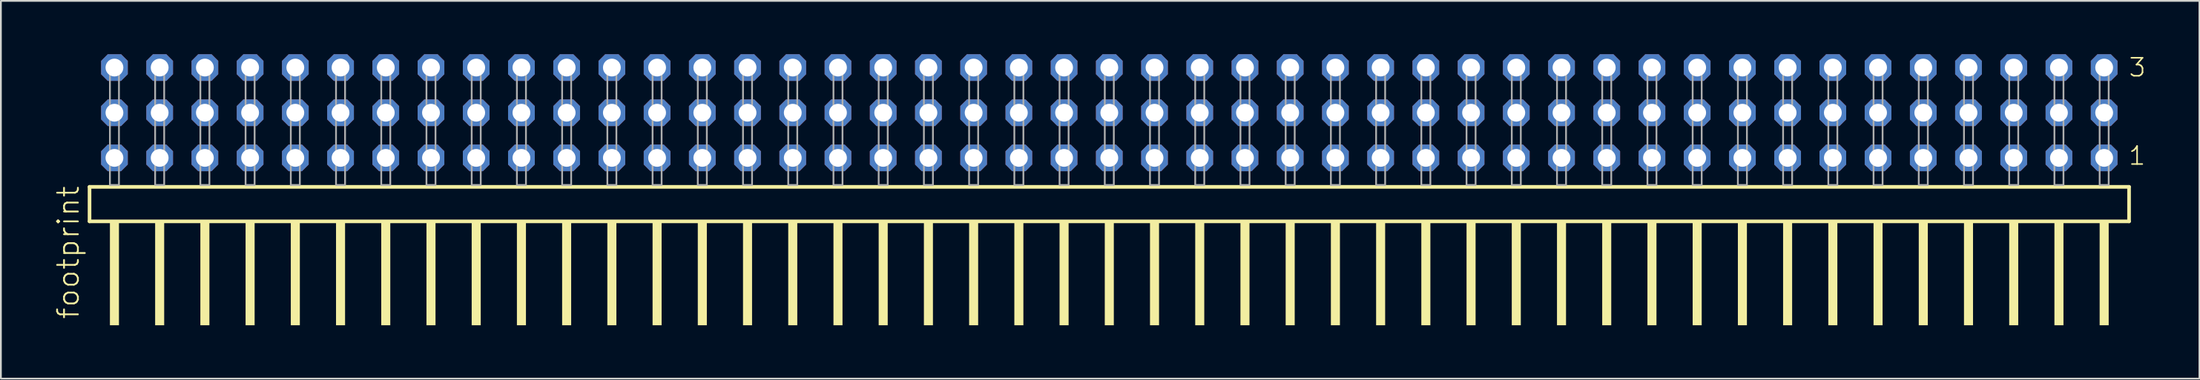
<source format=kicad_pcb>
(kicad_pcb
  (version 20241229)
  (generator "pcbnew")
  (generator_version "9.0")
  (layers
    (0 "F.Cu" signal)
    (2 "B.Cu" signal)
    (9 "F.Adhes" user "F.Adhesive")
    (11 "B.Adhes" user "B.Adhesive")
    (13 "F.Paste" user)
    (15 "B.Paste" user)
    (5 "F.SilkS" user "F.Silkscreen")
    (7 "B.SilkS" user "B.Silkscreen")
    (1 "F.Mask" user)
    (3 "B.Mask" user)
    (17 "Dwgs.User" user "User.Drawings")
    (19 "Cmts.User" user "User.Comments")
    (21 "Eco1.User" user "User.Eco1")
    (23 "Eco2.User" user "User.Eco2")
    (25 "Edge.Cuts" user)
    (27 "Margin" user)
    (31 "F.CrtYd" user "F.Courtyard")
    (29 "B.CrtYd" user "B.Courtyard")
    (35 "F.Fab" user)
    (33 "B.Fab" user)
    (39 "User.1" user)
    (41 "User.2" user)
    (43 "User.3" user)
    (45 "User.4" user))
  (footprint "footprint"
    (layer "F.Cu")
    (at 59.258 7.354)
    (property "Reference" "footprint" (at -57.785 7.62 90) (layer "F.SilkS") (effects (font (size 1.168 1.168) (thickness 0.102)) (justify left bottom)))
    (fp_line (start -57.279 0.106) (end -57.279 2.046) (stroke (width 0.203) (type solid)) (layer "F.SilkS"))
    (fp_line (start -57.279 2.046) (end 57.279 2.046) (stroke (width 0.203) (type solid)) (layer "F.SilkS"))
    (fp_line (start 57.279 0.106) (end -57.279 0.106) (stroke (width 0.203) (type solid)) (layer "F.SilkS"))
    (fp_line (start 57.279 2.046) (end 57.279 0.106) (stroke (width 0.203) (type solid)) (layer "F.SilkS"))
    (fp_poly (pts (xy -56.134 7.89) (xy -55.626 7.89) (xy -55.626 2.04) (xy -56.134 2.04)) (stroke (width 0) (type solid)) (fill yes) (layer "F.SilkS"))
    (fp_poly (pts (xy -53.594 7.89) (xy -53.086 7.89) (xy -53.086 2.04) (xy -53.594 2.04)) (stroke (width 0) (type solid)) (fill yes) (layer "F.SilkS"))
    (fp_poly (pts (xy -51.054 7.89) (xy -50.546 7.89) (xy -50.546 2.04) (xy -51.054 2.04)) (stroke (width 0) (type solid)) (fill yes) (layer "F.SilkS"))
    (fp_poly (pts (xy -48.514 7.89) (xy -48.006 7.89) (xy -48.006 2.04) (xy -48.514 2.04)) (stroke (width 0) (type solid)) (fill yes) (layer "F.SilkS"))
    (fp_poly (pts (xy -45.974 7.89) (xy -45.466 7.89) (xy -45.466 2.04) (xy -45.974 2.04)) (stroke (width 0) (type solid)) (fill yes) (layer "F.SilkS"))
    (fp_poly (pts (xy -43.434 7.89) (xy -42.926 7.89) (xy -42.926 2.04) (xy -43.434 2.04)) (stroke (width 0) (type solid)) (fill yes) (layer "F.SilkS"))
    (fp_poly (pts (xy -40.894 7.89) (xy -40.386 7.89) (xy -40.386 2.04) (xy -40.894 2.04)) (stroke (width 0) (type solid)) (fill yes) (layer "F.SilkS"))
    (fp_poly (pts (xy -38.354 7.89) (xy -37.846 7.89) (xy -37.846 2.04) (xy -38.354 2.04)) (stroke (width 0) (type solid)) (fill yes) (layer "F.SilkS"))
    (fp_poly (pts (xy -35.814 7.89) (xy -35.306 7.89) (xy -35.306 2.04) (xy -35.814 2.04)) (stroke (width 0) (type solid)) (fill yes) (layer "F.SilkS"))
    (fp_poly (pts (xy -33.274 7.89) (xy -32.766 7.89) (xy -32.766 2.04) (xy -33.274 2.04)) (stroke (width 0) (type solid)) (fill yes) (layer "F.SilkS"))
    (fp_poly (pts (xy -30.734 7.89) (xy -30.226 7.89) (xy -30.226 2.04) (xy -30.734 2.04)) (stroke (width 0) (type solid)) (fill yes) (layer "F.SilkS"))
    (fp_poly (pts (xy -28.194 7.89) (xy -27.686 7.89) (xy -27.686 2.04) (xy -28.194 2.04)) (stroke (width 0) (type solid)) (fill yes) (layer "F.SilkS"))
    (fp_poly (pts (xy -25.654 7.89) (xy -25.146 7.89) (xy -25.146 2.04) (xy -25.654 2.04)) (stroke (width 0) (type solid)) (fill yes) (layer "F.SilkS"))
    (fp_poly (pts (xy -23.114 7.89) (xy -22.606 7.89) (xy -22.606 2.04) (xy -23.114 2.04)) (stroke (width 0) (type solid)) (fill yes) (layer "F.SilkS"))
    (fp_poly (pts (xy -20.574 7.89) (xy -20.066 7.89) (xy -20.066 2.04) (xy -20.574 2.04)) (stroke (width 0) (type solid)) (fill yes) (layer "F.SilkS"))
    (fp_poly (pts (xy -18.034 7.89) (xy -17.526 7.89) (xy -17.526 2.04) (xy -18.034 2.04)) (stroke (width 0) (type solid)) (fill yes) (layer "F.SilkS"))
    (fp_poly (pts (xy -15.494 7.89) (xy -14.986 7.89) (xy -14.986 2.04) (xy -15.494 2.04)) (stroke (width 0) (type solid)) (fill yes) (layer "F.SilkS"))
    (fp_poly (pts (xy -12.954 7.89) (xy -12.446 7.89) (xy -12.446 2.04) (xy -12.954 2.04)) (stroke (width 0) (type solid)) (fill yes) (layer "F.SilkS"))
    (fp_poly (pts (xy -10.414 7.89) (xy -9.906 7.89) (xy -9.906 2.04) (xy -10.414 2.04)) (stroke (width 0) (type solid)) (fill yes) (layer "F.SilkS"))
    (fp_poly (pts (xy -7.874 7.89) (xy -7.366 7.89) (xy -7.366 2.04) (xy -7.874 2.04)) (stroke (width 0) (type solid)) (fill yes) (layer "F.SilkS"))
    (fp_poly (pts (xy -5.334 7.89) (xy -4.826 7.89) (xy -4.826 2.04) (xy -5.334 2.04)) (stroke (width 0) (type solid)) (fill yes) (layer "F.SilkS"))
    (fp_poly (pts (xy -2.794 7.89) (xy -2.286 7.89) (xy -2.286 2.04) (xy -2.794 2.04)) (stroke (width 0) (type solid)) (fill yes) (layer "F.SilkS"))
    (fp_poly (pts (xy -0.254 7.89) (xy 0.254 7.89) (xy 0.254 2.04) (xy -0.254 2.04)) (stroke (width 0) (type solid)) (fill yes) (layer "F.SilkS"))
    (fp_poly (pts (xy 2.286 7.89) (xy 2.794 7.89) (xy 2.794 2.04) (xy 2.286 2.04)) (stroke (width 0) (type solid)) (fill yes) (layer "F.SilkS"))
    (fp_poly (pts (xy 4.826 7.89) (xy 5.334 7.89) (xy 5.334 2.04) (xy 4.826 2.04)) (stroke (width 0) (type solid)) (fill yes) (layer "F.SilkS"))
    (fp_poly (pts (xy 7.366 7.89) (xy 7.874 7.89) (xy 7.874 2.04) (xy 7.366 2.04)) (stroke (width 0) (type solid)) (fill yes) (layer "F.SilkS"))
    (fp_poly (pts (xy 9.906 7.89) (xy 10.414 7.89) (xy 10.414 2.04) (xy 9.906 2.04)) (stroke (width 0) (type solid)) (fill yes) (layer "F.SilkS"))
    (fp_poly (pts (xy 12.446 7.89) (xy 12.954 7.89) (xy 12.954 2.04) (xy 12.446 2.04)) (stroke (width 0) (type solid)) (fill yes) (layer "F.SilkS"))
    (fp_poly (pts (xy 14.986 7.89) (xy 15.494 7.89) (xy 15.494 2.04) (xy 14.986 2.04)) (stroke (width 0) (type solid)) (fill yes) (layer "F.SilkS"))
    (fp_poly (pts (xy 17.526 7.89) (xy 18.034 7.89) (xy 18.034 2.04) (xy 17.526 2.04)) (stroke (width 0) (type solid)) (fill yes) (layer "F.SilkS"))
    (fp_poly (pts (xy 20.066 7.89) (xy 20.574 7.89) (xy 20.574 2.04) (xy 20.066 2.04)) (stroke (width 0) (type solid)) (fill yes) (layer "F.SilkS"))
    (fp_poly (pts (xy 22.606 7.89) (xy 23.114 7.89) (xy 23.114 2.04) (xy 22.606 2.04)) (stroke (width 0) (type solid)) (fill yes) (layer "F.SilkS"))
    (fp_poly (pts (xy 25.146 7.89) (xy 25.654 7.89) (xy 25.654 2.04) (xy 25.146 2.04)) (stroke (width 0) (type solid)) (fill yes) (layer "F.SilkS"))
    (fp_poly (pts (xy 27.686 7.89) (xy 28.194 7.89) (xy 28.194 2.04) (xy 27.686 2.04)) (stroke (width 0) (type solid)) (fill yes) (layer "F.SilkS"))
    (fp_poly (pts (xy 30.226 7.89) (xy 30.734 7.89) (xy 30.734 2.04) (xy 30.226 2.04)) (stroke (width 0) (type solid)) (fill yes) (layer "F.SilkS"))
    (fp_poly (pts (xy 32.766 7.89) (xy 33.274 7.89) (xy 33.274 2.04) (xy 32.766 2.04)) (stroke (width 0) (type solid)) (fill yes) (layer "F.SilkS"))
    (fp_poly (pts (xy 35.306 7.89) (xy 35.814 7.89) (xy 35.814 2.04) (xy 35.306 2.04)) (stroke (width 0) (type solid)) (fill yes) (layer "F.SilkS"))
    (fp_poly (pts (xy 37.846 7.89) (xy 38.354 7.89) (xy 38.354 2.04) (xy 37.846 2.04)) (stroke (width 0) (type solid)) (fill yes) (layer "F.SilkS"))
    (fp_poly (pts (xy 40.386 7.89) (xy 40.894 7.89) (xy 40.894 2.04) (xy 40.386 2.04)) (stroke (width 0) (type solid)) (fill yes) (layer "F.SilkS"))
    (fp_poly (pts (xy 42.926 7.89) (xy 43.434 7.89) (xy 43.434 2.04) (xy 42.926 2.04)) (stroke (width 0) (type solid)) (fill yes) (layer "F.SilkS"))
    (fp_poly (pts (xy 45.466 7.89) (xy 45.974 7.89) (xy 45.974 2.04) (xy 45.466 2.04)) (stroke (width 0) (type solid)) (fill yes) (layer "F.SilkS"))
    (fp_poly (pts (xy 48.006 7.89) (xy 48.514 7.89) (xy 48.514 2.04) (xy 48.006 2.04)) (stroke (width 0) (type solid)) (fill yes) (layer "F.SilkS"))
    (fp_poly (pts (xy 50.546 7.89) (xy 51.054 7.89) (xy 51.054 2.04) (xy 50.546 2.04)) (stroke (width 0) (type solid)) (fill yes) (layer "F.SilkS"))
    (fp_poly (pts (xy 53.086 7.89) (xy 53.594 7.89) (xy 53.594 2.04) (xy 53.086 2.04)) (stroke (width 0) (type solid)) (fill yes) (layer "F.SilkS"))
    (fp_poly (pts (xy 55.626 7.89) (xy 56.134 7.89) (xy 56.134 2.04) (xy 55.626 2.04)) (stroke (width 0) (type solid)) (fill yes) (layer "F.SilkS"))
    (fp_poly (pts (xy -56.134 0) (xy -55.626 0) (xy -55.626 -6.858) (xy -56.134 -6.858)) (stroke (width 0.1) (type solid)) (fill no) (layer "F.Fab"))
    (fp_poly (pts (xy -53.594 0) (xy -53.086 0) (xy -53.086 -6.858) (xy -53.594 -6.858)) (stroke (width 0.1) (type solid)) (fill no) (layer "F.Fab"))
    (fp_poly (pts (xy -51.054 0) (xy -50.546 0) (xy -50.546 -6.858) (xy -51.054 -6.858)) (stroke (width 0.1) (type solid)) (fill no) (layer "F.Fab"))
    (fp_poly (pts (xy -48.514 0) (xy -48.006 0) (xy -48.006 -6.858) (xy -48.514 -6.858)) (stroke (width 0.1) (type solid)) (fill no) (layer "F.Fab"))
    (fp_poly (pts (xy -45.974 0) (xy -45.466 0) (xy -45.466 -6.858) (xy -45.974 -6.858)) (stroke (width 0.1) (type solid)) (fill no) (layer "F.Fab"))
    (fp_poly (pts (xy -43.434 0) (xy -42.926 0) (xy -42.926 -6.858) (xy -43.434 -6.858)) (stroke (width 0.1) (type solid)) (fill no) (layer "F.Fab"))
    (fp_poly (pts (xy -40.894 0) (xy -40.386 0) (xy -40.386 -6.858) (xy -40.894 -6.858)) (stroke (width 0.1) (type solid)) (fill no) (layer "F.Fab"))
    (fp_poly (pts (xy -38.354 0) (xy -37.846 0) (xy -37.846 -6.858) (xy -38.354 -6.858)) (stroke (width 0.1) (type solid)) (fill no) (layer "F.Fab"))
    (fp_poly (pts (xy -35.814 0) (xy -35.306 0) (xy -35.306 -6.858) (xy -35.814 -6.858)) (stroke (width 0.1) (type solid)) (fill no) (layer "F.Fab"))
    (fp_poly (pts (xy -33.274 0) (xy -32.766 0) (xy -32.766 -6.858) (xy -33.274 -6.858)) (stroke (width 0.1) (type solid)) (fill no) (layer "F.Fab"))
    (fp_poly (pts (xy -30.734 0) (xy -30.226 0) (xy -30.226 -6.858) (xy -30.734 -6.858)) (stroke (width 0.1) (type solid)) (fill no) (layer "F.Fab"))
    (fp_poly (pts (xy -28.194 0) (xy -27.686 0) (xy -27.686 -6.858) (xy -28.194 -6.858)) (stroke (width 0.1) (type solid)) (fill no) (layer "F.Fab"))
    (fp_poly (pts (xy -25.654 0) (xy -25.146 0) (xy -25.146 -6.858) (xy -25.654 -6.858)) (stroke (width 0.1) (type solid)) (fill no) (layer "F.Fab"))
    (fp_poly (pts (xy -23.114 0) (xy -22.606 0) (xy -22.606 -6.858) (xy -23.114 -6.858)) (stroke (width 0.1) (type solid)) (fill no) (layer "F.Fab"))
    (fp_poly (pts (xy -20.574 0) (xy -20.066 0) (xy -20.066 -6.858) (xy -20.574 -6.858)) (stroke (width 0.1) (type solid)) (fill no) (layer "F.Fab"))
    (fp_poly (pts (xy -18.034 0) (xy -17.526 0) (xy -17.526 -6.858) (xy -18.034 -6.858)) (stroke (width 0.1) (type solid)) (fill no) (layer "F.Fab"))
    (fp_poly (pts (xy -15.494 0) (xy -14.986 0) (xy -14.986 -6.858) (xy -15.494 -6.858)) (stroke (width 0.1) (type solid)) (fill no) (layer "F.Fab"))
    (fp_poly (pts (xy -12.954 0) (xy -12.446 0) (xy -12.446 -6.858) (xy -12.954 -6.858)) (stroke (width 0.1) (type solid)) (fill no) (layer "F.Fab"))
    (fp_poly (pts (xy -10.414 0) (xy -9.906 0) (xy -9.906 -6.858) (xy -10.414 -6.858)) (stroke (width 0.1) (type solid)) (fill no) (layer "F.Fab"))
    (fp_poly (pts (xy -7.874 0) (xy -7.366 0) (xy -7.366 -6.858) (xy -7.874 -6.858)) (stroke (width 0.1) (type solid)) (fill no) (layer "F.Fab"))
    (fp_poly (pts (xy -5.334 0) (xy -4.826 0) (xy -4.826 -6.858) (xy -5.334 -6.858)) (stroke (width 0.1) (type solid)) (fill no) (layer "F.Fab"))
    (fp_poly (pts (xy -2.794 0) (xy -2.286 0) (xy -2.286 -6.858) (xy -2.794 -6.858)) (stroke (width 0.1) (type solid)) (fill no) (layer "F.Fab"))
    (fp_poly (pts (xy -0.254 0) (xy 0.254 0) (xy 0.254 -6.858) (xy -0.254 -6.858)) (stroke (width 0.1) (type solid)) (fill no) (layer "F.Fab"))
    (fp_poly (pts (xy 2.286 0) (xy 2.794 0) (xy 2.794 -6.858) (xy 2.286 -6.858)) (stroke (width 0.1) (type solid)) (fill no) (layer "F.Fab"))
    (fp_poly (pts (xy 4.826 0) (xy 5.334 0) (xy 5.334 -6.858) (xy 4.826 -6.858)) (stroke (width 0.1) (type solid)) (fill no) (layer "F.Fab"))
    (fp_poly (pts (xy 7.366 0) (xy 7.874 0) (xy 7.874 -6.858) (xy 7.366 -6.858)) (stroke (width 0.1) (type solid)) (fill no) (layer "F.Fab"))
    (fp_poly (pts (xy 9.906 0) (xy 10.414 0) (xy 10.414 -6.858) (xy 9.906 -6.858)) (stroke (width 0.1) (type solid)) (fill no) (layer "F.Fab"))
    (fp_poly (pts (xy 12.446 0) (xy 12.954 0) (xy 12.954 -6.858) (xy 12.446 -6.858)) (stroke (width 0.1) (type solid)) (fill no) (layer "F.Fab"))
    (fp_poly (pts (xy 14.986 0) (xy 15.494 0) (xy 15.494 -6.858) (xy 14.986 -6.858)) (stroke (width 0.1) (type solid)) (fill no) (layer "F.Fab"))
    (fp_poly (pts (xy 17.526 0) (xy 18.034 0) (xy 18.034 -6.858) (xy 17.526 -6.858)) (stroke (width 0.1) (type solid)) (fill no) (layer "F.Fab"))
    (fp_poly (pts (xy 20.066 0) (xy 20.574 0) (xy 20.574 -6.858) (xy 20.066 -6.858)) (stroke (width 0.1) (type solid)) (fill no) (layer "F.Fab"))
    (fp_poly (pts (xy 22.606 0) (xy 23.114 0) (xy 23.114 -6.858) (xy 22.606 -6.858)) (stroke (width 0.1) (type solid)) (fill no) (layer "F.Fab"))
    (fp_poly (pts (xy 25.146 0) (xy 25.654 0) (xy 25.654 -6.858) (xy 25.146 -6.858)) (stroke (width 0.1) (type solid)) (fill no) (layer "F.Fab"))
    (fp_poly (pts (xy 27.686 0) (xy 28.194 0) (xy 28.194 -6.858) (xy 27.686 -6.858)) (stroke (width 0.1) (type solid)) (fill no) (layer "F.Fab"))
    (fp_poly (pts (xy 30.226 0) (xy 30.734 0) (xy 30.734 -6.858) (xy 30.226 -6.858)) (stroke (width 0.1) (type solid)) (fill no) (layer "F.Fab"))
    (fp_poly (pts (xy 32.766 0) (xy 33.274 0) (xy 33.274 -6.858) (xy 32.766 -6.858)) (stroke (width 0.1) (type solid)) (fill no) (layer "F.Fab"))
    (fp_poly (pts (xy 35.306 0) (xy 35.814 0) (xy 35.814 -6.858) (xy 35.306 -6.858)) (stroke (width 0.1) (type solid)) (fill no) (layer "F.Fab"))
    (fp_poly (pts (xy 37.846 0) (xy 38.354 0) (xy 38.354 -6.858) (xy 37.846 -6.858)) (stroke (width 0.1) (type solid)) (fill no) (layer "F.Fab"))
    (fp_poly (pts (xy 40.386 0) (xy 40.894 0) (xy 40.894 -6.858) (xy 40.386 -6.858)) (stroke (width 0.1) (type solid)) (fill no) (layer "F.Fab"))
    (fp_poly (pts (xy 42.926 0) (xy 43.434 0) (xy 43.434 -6.858) (xy 42.926 -6.858)) (stroke (width 0.1) (type solid)) (fill no) (layer "F.Fab"))
    (fp_poly (pts (xy 45.466 0) (xy 45.974 0) (xy 45.974 -6.858) (xy 45.466 -6.858)) (stroke (width 0.1) (type solid)) (fill no) (layer "F.Fab"))
    (fp_poly (pts (xy 48.006 0) (xy 48.514 0) (xy 48.514 -6.858) (xy 48.006 -6.858)) (stroke (width 0.1) (type solid)) (fill no) (layer "F.Fab"))
    (fp_poly (pts (xy 50.546 0) (xy 51.054 0) (xy 51.054 -6.858) (xy 50.546 -6.858)) (stroke (width 0.1) (type solid)) (fill no) (layer "F.Fab"))
    (fp_poly (pts (xy 53.086 0) (xy 53.594 0) (xy 53.594 -6.858) (xy 53.086 -6.858)) (stroke (width 0.1) (type solid)) (fill no) (layer "F.Fab"))
    (fp_poly (pts (xy 55.626 0) (xy 56.134 0) (xy 56.134 -6.858) (xy 55.626 -6.858)) (stroke (width 0.1) (type solid)) (fill no) (layer "F.Fab"))
    (fp_text user "3" (at 57.205 -6.015 0) (layer "F.SilkS") (effects (font (size 1.012 1.012) (thickness 0.088)) (justify left bottom)))
    (fp_text user "1" (at 57.19 -1.05 0) (layer "F.SilkS") (effects (font (size 1.012 1.012) (thickness 0.088)) (justify left bottom)))
    (pad "1" thru_hole roundrect (at 55.88 -1.524 180) (size 1.5 1.5) (drill 1) (layers "*.Cu" "*.Mask") (roundrect_rratio 0.25) (chamfer_ratio 0.25) (chamfer top_left top_right bottom_left bottom_right))
    (pad "2" thru_hole roundrect (at 55.88 -4.064 180) (size 1.5 1.5) (drill 1) (layers "*.Cu" "*.Mask") (roundrect_rratio 0.25) (chamfer_ratio 0.25) (chamfer top_left top_right bottom_left bottom_right))
    (pad "3" thru_hole roundrect (at 55.88 -6.604 180) (size 1.5 1.5) (drill 1) (layers "*.Cu" "*.Mask") (roundrect_rratio 0.25) (chamfer_ratio 0.25) (chamfer top_left top_right bottom_left bottom_right))
    (pad "4" thru_hole roundrect (at 53.34 -1.524 180) (size 1.5 1.5) (drill 1) (layers "*.Cu" "*.Mask") (roundrect_rratio 0.25) (chamfer_ratio 0.25) (chamfer top_left top_right bottom_left bottom_right))
    (pad "5" thru_hole roundrect (at 53.34 -4.064 180) (size 1.5 1.5) (drill 1) (layers "*.Cu" "*.Mask") (roundrect_rratio 0.25) (chamfer_ratio 0.25) (chamfer top_left top_right bottom_left bottom_right))
    (pad "6" thru_hole roundrect (at 53.34 -6.604 180) (size 1.5 1.5) (drill 1) (layers "*.Cu" "*.Mask") (roundrect_rratio 0.25) (chamfer_ratio 0.25) (chamfer top_left top_right bottom_left bottom_right))
    (pad "7" thru_hole roundrect (at 50.8 -1.524 180) (size 1.5 1.5) (drill 1) (layers "*.Cu" "*.Mask") (roundrect_rratio 0.25) (chamfer_ratio 0.25) (chamfer top_left top_right bottom_left bottom_right))
    (pad "8" thru_hole roundrect (at 50.8 -4.064 180) (size 1.5 1.5) (drill 1) (layers "*.Cu" "*.Mask") (roundrect_rratio 0.25) (chamfer_ratio 0.25) (chamfer top_left top_right bottom_left bottom_right))
    (pad "9" thru_hole roundrect (at 50.8 -6.604 180) (size 1.5 1.5) (drill 1) (layers "*.Cu" "*.Mask") (roundrect_rratio 0.25) (chamfer_ratio 0.25) (chamfer top_left top_right bottom_left bottom_right))
    (pad "10" thru_hole roundrect (at 48.26 -1.524 180) (size 1.5 1.5) (drill 1) (layers "*.Cu" "*.Mask") (roundrect_rratio 0.25) (chamfer_ratio 0.25) (chamfer top_left top_right bottom_left bottom_right))
    (pad "11" thru_hole roundrect (at 48.26 -4.064 180) (size 1.5 1.5) (drill 1) (layers "*.Cu" "*.Mask") (roundrect_rratio 0.25) (chamfer_ratio 0.25) (chamfer top_left top_right bottom_left bottom_right))
    (pad "12" thru_hole roundrect (at 48.26 -6.604 180) (size 1.5 1.5) (drill 1) (layers "*.Cu" "*.Mask") (roundrect_rratio 0.25) (chamfer_ratio 0.25) (chamfer top_left top_right bottom_left bottom_right))
    (pad "13" thru_hole roundrect (at 45.72 -1.524 180) (size 1.5 1.5) (drill 1) (layers "*.Cu" "*.Mask") (roundrect_rratio 0.25) (chamfer_ratio 0.25) (chamfer top_left top_right bottom_left bottom_right))
    (pad "14" thru_hole roundrect (at 45.72 -4.064 180) (size 1.5 1.5) (drill 1) (layers "*.Cu" "*.Mask") (roundrect_rratio 0.25) (chamfer_ratio 0.25) (chamfer top_left top_right bottom_left bottom_right))
    (pad "15" thru_hole roundrect (at 45.72 -6.604 180) (size 1.5 1.5) (drill 1) (layers "*.Cu" "*.Mask") (roundrect_rratio 0.25) (chamfer_ratio 0.25) (chamfer top_left top_right bottom_left bottom_right))
    (pad "16" thru_hole roundrect (at 43.18 -1.524 180) (size 1.5 1.5) (drill 1) (layers "*.Cu" "*.Mask") (roundrect_rratio 0.25) (chamfer_ratio 0.25) (chamfer top_left top_right bottom_left bottom_right))
    (pad "17" thru_hole roundrect (at 43.18 -4.064 180) (size 1.5 1.5) (drill 1) (layers "*.Cu" "*.Mask") (roundrect_rratio 0.25) (chamfer_ratio 0.25) (chamfer top_left top_right bottom_left bottom_right))
    (pad "18" thru_hole roundrect (at 43.18 -6.604 180) (size 1.5 1.5) (drill 1) (layers "*.Cu" "*.Mask") (roundrect_rratio 0.25) (chamfer_ratio 0.25) (chamfer top_left top_right bottom_left bottom_right))
    (pad "19" thru_hole roundrect (at 40.64 -1.524 180) (size 1.5 1.5) (drill 1) (layers "*.Cu" "*.Mask") (roundrect_rratio 0.25) (chamfer_ratio 0.25) (chamfer top_left top_right bottom_left bottom_right))
    (pad "20" thru_hole roundrect (at 40.64 -4.064 180) (size 1.5 1.5) (drill 1) (layers "*.Cu" "*.Mask") (roundrect_rratio 0.25) (chamfer_ratio 0.25) (chamfer top_left top_right bottom_left bottom_right))
    (pad "21" thru_hole roundrect (at 40.64 -6.604 180) (size 1.5 1.5) (drill 1) (layers "*.Cu" "*.Mask") (roundrect_rratio 0.25) (chamfer_ratio 0.25) (chamfer top_left top_right bottom_left bottom_right))
    (pad "22" thru_hole roundrect (at 38.1 -1.524 180) (size 1.5 1.5) (drill 1) (layers "*.Cu" "*.Mask") (roundrect_rratio 0.25) (chamfer_ratio 0.25) (chamfer top_left top_right bottom_left bottom_right))
    (pad "23" thru_hole roundrect (at 38.1 -4.064 180) (size 1.5 1.5) (drill 1) (layers "*.Cu" "*.Mask") (roundrect_rratio 0.25) (chamfer_ratio 0.25) (chamfer top_left top_right bottom_left bottom_right))
    (pad "24" thru_hole roundrect (at 38.1 -6.604 180) (size 1.5 1.5) (drill 1) (layers "*.Cu" "*.Mask") (roundrect_rratio 0.25) (chamfer_ratio 0.25) (chamfer top_left top_right bottom_left bottom_right))
    (pad "25" thru_hole roundrect (at 35.56 -1.524 180) (size 1.5 1.5) (drill 1) (layers "*.Cu" "*.Mask") (roundrect_rratio 0.25) (chamfer_ratio 0.25) (chamfer top_left top_right bottom_left bottom_right))
    (pad "26" thru_hole roundrect (at 35.56 -4.064 180) (size 1.5 1.5) (drill 1) (layers "*.Cu" "*.Mask") (roundrect_rratio 0.25) (chamfer_ratio 0.25) (chamfer top_left top_right bottom_left bottom_right))
    (pad "27" thru_hole roundrect (at 35.56 -6.604 180) (size 1.5 1.5) (drill 1) (layers "*.Cu" "*.Mask") (roundrect_rratio 0.25) (chamfer_ratio 0.25) (chamfer top_left top_right bottom_left bottom_right))
    (pad "28" thru_hole roundrect (at 33.02 -1.524 180) (size 1.5 1.5) (drill 1) (layers "*.Cu" "*.Mask") (roundrect_rratio 0.25) (chamfer_ratio 0.25) (chamfer top_left top_right bottom_left bottom_right))
    (pad "29" thru_hole roundrect (at 33.02 -4.064 180) (size 1.5 1.5) (drill 1) (layers "*.Cu" "*.Mask") (roundrect_rratio 0.25) (chamfer_ratio 0.25) (chamfer top_left top_right bottom_left bottom_right))
    (pad "30" thru_hole roundrect (at 33.02 -6.604 180) (size 1.5 1.5) (drill 1) (layers "*.Cu" "*.Mask") (roundrect_rratio 0.25) (chamfer_ratio 0.25) (chamfer top_left top_right bottom_left bottom_right))
    (pad "31" thru_hole roundrect (at 30.48 -1.524 180) (size 1.5 1.5) (drill 1) (layers "*.Cu" "*.Mask") (roundrect_rratio 0.25) (chamfer_ratio 0.25) (chamfer top_left top_right bottom_left bottom_right))
    (pad "32" thru_hole roundrect (at 30.48 -4.064 180) (size 1.5 1.5) (drill 1) (layers "*.Cu" "*.Mask") (roundrect_rratio 0.25) (chamfer_ratio 0.25) (chamfer top_left top_right bottom_left bottom_right))
    (pad "33" thru_hole roundrect (at 30.48 -6.604 180) (size 1.5 1.5) (drill 1) (layers "*.Cu" "*.Mask") (roundrect_rratio 0.25) (chamfer_ratio 0.25) (chamfer top_left top_right bottom_left bottom_right))
    (pad "34" thru_hole roundrect (at 27.94 -1.524 180) (size 1.5 1.5) (drill 1) (layers "*.Cu" "*.Mask") (roundrect_rratio 0.25) (chamfer_ratio 0.25) (chamfer top_left top_right bottom_left bottom_right))
    (pad "35" thru_hole roundrect (at 27.94 -4.064 180) (size 1.5 1.5) (drill 1) (layers "*.Cu" "*.Mask") (roundrect_rratio 0.25) (chamfer_ratio 0.25) (chamfer top_left top_right bottom_left bottom_right))
    (pad "36" thru_hole roundrect (at 27.94 -6.604 180) (size 1.5 1.5) (drill 1) (layers "*.Cu" "*.Mask") (roundrect_rratio 0.25) (chamfer_ratio 0.25) (chamfer top_left top_right bottom_left bottom_right))
    (pad "37" thru_hole roundrect (at 25.4 -1.524 180) (size 1.5 1.5) (drill 1) (layers "*.Cu" "*.Mask") (roundrect_rratio 0.25) (chamfer_ratio 0.25) (chamfer top_left top_right bottom_left bottom_right))
    (pad "38" thru_hole roundrect (at 25.4 -4.064 180) (size 1.5 1.5) (drill 1) (layers "*.Cu" "*.Mask") (roundrect_rratio 0.25) (chamfer_ratio 0.25) (chamfer top_left top_right bottom_left bottom_right))
    (pad "39" thru_hole roundrect (at 25.4 -6.604 180) (size 1.5 1.5) (drill 1) (layers "*.Cu" "*.Mask") (roundrect_rratio 0.25) (chamfer_ratio 0.25) (chamfer top_left top_right bottom_left bottom_right))
    (pad "40" thru_hole roundrect (at 22.86 -1.524 180) (size 1.5 1.5) (drill 1) (layers "*.Cu" "*.Mask") (roundrect_rratio 0.25) (chamfer_ratio 0.25) (chamfer top_left top_right bottom_left bottom_right))
    (pad "41" thru_hole roundrect (at 22.86 -4.064 180) (size 1.5 1.5) (drill 1) (layers "*.Cu" "*.Mask") (roundrect_rratio 0.25) (chamfer_ratio 0.25) (chamfer top_left top_right bottom_left bottom_right))
    (pad "42" thru_hole roundrect (at 22.86 -6.604 180) (size 1.5 1.5) (drill 1) (layers "*.Cu" "*.Mask") (roundrect_rratio 0.25) (chamfer_ratio 0.25) (chamfer top_left top_right bottom_left bottom_right))
    (pad "43" thru_hole roundrect (at 20.32 -1.524 180) (size 1.5 1.5) (drill 1) (layers "*.Cu" "*.Mask") (roundrect_rratio 0.25) (chamfer_ratio 0.25) (chamfer top_left top_right bottom_left bottom_right))
    (pad "44" thru_hole roundrect (at 20.32 -4.064 180) (size 1.5 1.5) (drill 1) (layers "*.Cu" "*.Mask") (roundrect_rratio 0.25) (chamfer_ratio 0.25) (chamfer top_left top_right bottom_left bottom_right))
    (pad "45" thru_hole roundrect (at 20.32 -6.604 180) (size 1.5 1.5) (drill 1) (layers "*.Cu" "*.Mask") (roundrect_rratio 0.25) (chamfer_ratio 0.25) (chamfer top_left top_right bottom_left bottom_right))
    (pad "46" thru_hole roundrect (at 17.78 -1.524 180) (size 1.5 1.5) (drill 1) (layers "*.Cu" "*.Mask") (roundrect_rratio 0.25) (chamfer_ratio 0.25) (chamfer top_left top_right bottom_left bottom_right))
    (pad "47" thru_hole roundrect (at 17.78 -4.064 180) (size 1.5 1.5) (drill 1) (layers "*.Cu" "*.Mask") (roundrect_rratio 0.25) (chamfer_ratio 0.25) (chamfer top_left top_right bottom_left bottom_right))
    (pad "48" thru_hole roundrect (at 17.78 -6.604 180) (size 1.5 1.5) (drill 1) (layers "*.Cu" "*.Mask") (roundrect_rratio 0.25) (chamfer_ratio 0.25) (chamfer top_left top_right bottom_left bottom_right))
    (pad "49" thru_hole roundrect (at 15.24 -1.524 180) (size 1.5 1.5) (drill 1) (layers "*.Cu" "*.Mask") (roundrect_rratio 0.25) (chamfer_ratio 0.25) (chamfer top_left top_right bottom_left bottom_right))
    (pad "50" thru_hole roundrect (at 15.24 -4.064 180) (size 1.5 1.5) (drill 1) (layers "*.Cu" "*.Mask") (roundrect_rratio 0.25) (chamfer_ratio 0.25) (chamfer top_left top_right bottom_left bottom_right))
    (pad "51" thru_hole roundrect (at 15.24 -6.604 180) (size 1.5 1.5) (drill 1) (layers "*.Cu" "*.Mask") (roundrect_rratio 0.25) (chamfer_ratio 0.25) (chamfer top_left top_right bottom_left bottom_right))
    (pad "52" thru_hole roundrect (at 12.7 -1.524 180) (size 1.5 1.5) (drill 1) (layers "*.Cu" "*.Mask") (roundrect_rratio 0.25) (chamfer_ratio 0.25) (chamfer top_left top_right bottom_left bottom_right))
    (pad "53" thru_hole roundrect (at 12.7 -4.064 180) (size 1.5 1.5) (drill 1) (layers "*.Cu" "*.Mask") (roundrect_rratio 0.25) (chamfer_ratio 0.25) (chamfer top_left top_right bottom_left bottom_right))
    (pad "54" thru_hole roundrect (at 12.7 -6.604 180) (size 1.5 1.5) (drill 1) (layers "*.Cu" "*.Mask") (roundrect_rratio 0.25) (chamfer_ratio 0.25) (chamfer top_left top_right bottom_left bottom_right))
    (pad "55" thru_hole roundrect (at 10.16 -1.524 180) (size 1.5 1.5) (drill 1) (layers "*.Cu" "*.Mask") (roundrect_rratio 0.25) (chamfer_ratio 0.25) (chamfer top_left top_right bottom_left bottom_right))
    (pad "56" thru_hole roundrect (at 10.16 -4.064 180) (size 1.5 1.5) (drill 1) (layers "*.Cu" "*.Mask") (roundrect_rratio 0.25) (chamfer_ratio 0.25) (chamfer top_left top_right bottom_left bottom_right))
    (pad "57" thru_hole roundrect (at 10.16 -6.604 180) (size 1.5 1.5) (drill 1) (layers "*.Cu" "*.Mask") (roundrect_rratio 0.25) (chamfer_ratio 0.25) (chamfer top_left top_right bottom_left bottom_right))
    (pad "58" thru_hole roundrect (at 7.62 -1.524 180) (size 1.5 1.5) (drill 1) (layers "*.Cu" "*.Mask") (roundrect_rratio 0.25) (chamfer_ratio 0.25) (chamfer top_left top_right bottom_left bottom_right))
    (pad "59" thru_hole roundrect (at 7.62 -4.064 180) (size 1.5 1.5) (drill 1) (layers "*.Cu" "*.Mask") (roundrect_rratio 0.25) (chamfer_ratio 0.25) (chamfer top_left top_right bottom_left bottom_right))
    (pad "60" thru_hole roundrect (at 7.62 -6.604 180) (size 1.5 1.5) (drill 1) (layers "*.Cu" "*.Mask") (roundrect_rratio 0.25) (chamfer_ratio 0.25) (chamfer top_left top_right bottom_left bottom_right))
    (pad "61" thru_hole roundrect (at 5.08 -1.524 180) (size 1.5 1.5) (drill 1) (layers "*.Cu" "*.Mask") (roundrect_rratio 0.25) (chamfer_ratio 0.25) (chamfer top_left top_right bottom_left bottom_right))
    (pad "62" thru_hole roundrect (at 5.08 -4.064 180) (size 1.5 1.5) (drill 1) (layers "*.Cu" "*.Mask") (roundrect_rratio 0.25) (chamfer_ratio 0.25) (chamfer top_left top_right bottom_left bottom_right))
    (pad "63" thru_hole roundrect (at 5.08 -6.604 180) (size 1.5 1.5) (drill 1) (layers "*.Cu" "*.Mask") (roundrect_rratio 0.25) (chamfer_ratio 0.25) (chamfer top_left top_right bottom_left bottom_right))
    (pad "64" thru_hole roundrect (at 2.54 -1.524 180) (size 1.5 1.5) (drill 1) (layers "*.Cu" "*.Mask") (roundrect_rratio 0.25) (chamfer_ratio 0.25) (chamfer top_left top_right bottom_left bottom_right))
    (pad "65" thru_hole roundrect (at 2.54 -4.064 180) (size 1.5 1.5) (drill 1) (layers "*.Cu" "*.Mask") (roundrect_rratio 0.25) (chamfer_ratio 0.25) (chamfer top_left top_right bottom_left bottom_right))
    (pad "66" thru_hole roundrect (at 2.54 -6.604 180) (size 1.5 1.5) (drill 1) (layers "*.Cu" "*.Mask") (roundrect_rratio 0.25) (chamfer_ratio 0.25) (chamfer top_left top_right bottom_left bottom_right))
    (pad "67" thru_hole roundrect (at 0 -1.524 180) (size 1.5 1.5) (drill 1) (layers "*.Cu" "*.Mask") (roundrect_rratio 0.25) (chamfer_ratio 0.25) (chamfer top_left top_right bottom_left bottom_right))
    (pad "68" thru_hole roundrect (at 0 -4.064 180) (size 1.5 1.5) (drill 1) (layers "*.Cu" "*.Mask") (roundrect_rratio 0.25) (chamfer_ratio 0.25) (chamfer top_left top_right bottom_left bottom_right))
    (pad "69" thru_hole roundrect (at 0 -6.604 180) (size 1.5 1.5) (drill 1) (layers "*.Cu" "*.Mask") (roundrect_rratio 0.25) (chamfer_ratio 0.25) (chamfer top_left top_right bottom_left bottom_right))
    (pad "70" thru_hole roundrect (at -2.54 -1.524 180) (size 1.5 1.5) (drill 1) (layers "*.Cu" "*.Mask") (roundrect_rratio 0.25) (chamfer_ratio 0.25) (chamfer top_left top_right bottom_left bottom_right))
    (pad "71" thru_hole roundrect (at -2.54 -4.064 180) (size 1.5 1.5) (drill 1) (layers "*.Cu" "*.Mask") (roundrect_rratio 0.25) (chamfer_ratio 0.25) (chamfer top_left top_right bottom_left bottom_right))
    (pad "72" thru_hole roundrect (at -2.54 -6.604 180) (size 1.5 1.5) (drill 1) (layers "*.Cu" "*.Mask") (roundrect_rratio 0.25) (chamfer_ratio 0.25) (chamfer top_left top_right bottom_left bottom_right))
    (pad "73" thru_hole roundrect (at -5.08 -1.524 180) (size 1.5 1.5) (drill 1) (layers "*.Cu" "*.Mask") (roundrect_rratio 0.25) (chamfer_ratio 0.25) (chamfer top_left top_right bottom_left bottom_right))
    (pad "74" thru_hole roundrect (at -5.08 -4.064 180) (size 1.5 1.5) (drill 1) (layers "*.Cu" "*.Mask") (roundrect_rratio 0.25) (chamfer_ratio 0.25) (chamfer top_left top_right bottom_left bottom_right))
    (pad "75" thru_hole roundrect (at -5.08 -6.604 180) (size 1.5 1.5) (drill 1) (layers "*.Cu" "*.Mask") (roundrect_rratio 0.25) (chamfer_ratio 0.25) (chamfer top_left top_right bottom_left bottom_right))
    (pad "76" thru_hole roundrect (at -7.62 -1.524 180) (size 1.5 1.5) (drill 1) (layers "*.Cu" "*.Mask") (roundrect_rratio 0.25) (chamfer_ratio 0.25) (chamfer top_left top_right bottom_left bottom_right))
    (pad "77" thru_hole roundrect (at -7.62 -4.064 180) (size 1.5 1.5) (drill 1) (layers "*.Cu" "*.Mask") (roundrect_rratio 0.25) (chamfer_ratio 0.25) (chamfer top_left top_right bottom_left bottom_right))
    (pad "78" thru_hole roundrect (at -7.62 -6.604 180) (size 1.5 1.5) (drill 1) (layers "*.Cu" "*.Mask") (roundrect_rratio 0.25) (chamfer_ratio 0.25) (chamfer top_left top_right bottom_left bottom_right))
    (pad "79" thru_hole roundrect (at -10.16 -1.524 180) (size 1.5 1.5) (drill 1) (layers "*.Cu" "*.Mask") (roundrect_rratio 0.25) (chamfer_ratio 0.25) (chamfer top_left top_right bottom_left bottom_right))
    (pad "80" thru_hole roundrect (at -10.16 -4.064 180) (size 1.5 1.5) (drill 1) (layers "*.Cu" "*.Mask") (roundrect_rratio 0.25) (chamfer_ratio 0.25) (chamfer top_left top_right bottom_left bottom_right))
    (pad "81" thru_hole roundrect (at -10.16 -6.604 180) (size 1.5 1.5) (drill 1) (layers "*.Cu" "*.Mask") (roundrect_rratio 0.25) (chamfer_ratio 0.25) (chamfer top_left top_right bottom_left bottom_right))
    (pad "82" thru_hole roundrect (at -12.7 -1.524 180) (size 1.5 1.5) (drill 1) (layers "*.Cu" "*.Mask") (roundrect_rratio 0.25) (chamfer_ratio 0.25) (chamfer top_left top_right bottom_left bottom_right))
    (pad "83" thru_hole roundrect (at -12.7 -4.064 180) (size 1.5 1.5) (drill 1) (layers "*.Cu" "*.Mask") (roundrect_rratio 0.25) (chamfer_ratio 0.25) (chamfer top_left top_right bottom_left bottom_right))
    (pad "84" thru_hole roundrect (at -12.7 -6.604 180) (size 1.5 1.5) (drill 1) (layers "*.Cu" "*.Mask") (roundrect_rratio 0.25) (chamfer_ratio 0.25) (chamfer top_left top_right bottom_left bottom_right))
    (pad "85" thru_hole roundrect (at -15.24 -1.524 180) (size 1.5 1.5) (drill 1) (layers "*.Cu" "*.Mask") (roundrect_rratio 0.25) (chamfer_ratio 0.25) (chamfer top_left top_right bottom_left bottom_right))
    (pad "86" thru_hole roundrect (at -15.24 -4.064 180) (size 1.5 1.5) (drill 1) (layers "*.Cu" "*.Mask") (roundrect_rratio 0.25) (chamfer_ratio 0.25) (chamfer top_left top_right bottom_left bottom_right))
    (pad "87" thru_hole roundrect (at -15.24 -6.604 180) (size 1.5 1.5) (drill 1) (layers "*.Cu" "*.Mask") (roundrect_rratio 0.25) (chamfer_ratio 0.25) (chamfer top_left top_right bottom_left bottom_right))
    (pad "88" thru_hole roundrect (at -17.78 -1.524 180) (size 1.5 1.5) (drill 1) (layers "*.Cu" "*.Mask") (roundrect_rratio 0.25) (chamfer_ratio 0.25) (chamfer top_left top_right bottom_left bottom_right))
    (pad "89" thru_hole roundrect (at -17.78 -4.064 180) (size 1.5 1.5) (drill 1) (layers "*.Cu" "*.Mask") (roundrect_rratio 0.25) (chamfer_ratio 0.25) (chamfer top_left top_right bottom_left bottom_right))
    (pad "90" thru_hole roundrect (at -17.78 -6.604 180) (size 1.5 1.5) (drill 1) (layers "*.Cu" "*.Mask") (roundrect_rratio 0.25) (chamfer_ratio 0.25) (chamfer top_left top_right bottom_left bottom_right))
    (pad "91" thru_hole roundrect (at -20.32 -1.524 180) (size 1.5 1.5) (drill 1) (layers "*.Cu" "*.Mask") (roundrect_rratio 0.25) (chamfer_ratio 0.25) (chamfer top_left top_right bottom_left bottom_right))
    (pad "92" thru_hole roundrect (at -20.32 -4.064 180) (size 1.5 1.5) (drill 1) (layers "*.Cu" "*.Mask") (roundrect_rratio 0.25) (chamfer_ratio 0.25) (chamfer top_left top_right bottom_left bottom_right))
    (pad "93" thru_hole roundrect (at -20.32 -6.604 180) (size 1.5 1.5) (drill 1) (layers "*.Cu" "*.Mask") (roundrect_rratio 0.25) (chamfer_ratio 0.25) (chamfer top_left top_right bottom_left bottom_right))
    (pad "94" thru_hole roundrect (at -22.86 -1.524 180) (size 1.5 1.5) (drill 1) (layers "*.Cu" "*.Mask") (roundrect_rratio 0.25) (chamfer_ratio 0.25) (chamfer top_left top_right bottom_left bottom_right))
    (pad "95" thru_hole roundrect (at -22.86 -4.064 180) (size 1.5 1.5) (drill 1) (layers "*.Cu" "*.Mask") (roundrect_rratio 0.25) (chamfer_ratio 0.25) (chamfer top_left top_right bottom_left bottom_right))
    (pad "96" thru_hole roundrect (at -22.86 -6.604 180) (size 1.5 1.5) (drill 1) (layers "*.Cu" "*.Mask") (roundrect_rratio 0.25) (chamfer_ratio 0.25) (chamfer top_left top_right bottom_left bottom_right))
    (pad "97" thru_hole roundrect (at -25.4 -1.524 180) (size 1.5 1.5) (drill 1) (layers "*.Cu" "*.Mask") (roundrect_rratio 0.25) (chamfer_ratio 0.25) (chamfer top_left top_right bottom_left bottom_right))
    (pad "98" thru_hole roundrect (at -25.4 -4.064 180) (size 1.5 1.5) (drill 1) (layers "*.Cu" "*.Mask") (roundrect_rratio 0.25) (chamfer_ratio 0.25) (chamfer top_left top_right bottom_left bottom_right))
    (pad "99" thru_hole roundrect (at -25.4 -6.604 180) (size 1.5 1.5) (drill 1) (layers "*.Cu" "*.Mask") (roundrect_rratio 0.25) (chamfer_ratio 0.25) (chamfer top_left top_right bottom_left bottom_right))
    (pad "100" thru_hole roundrect (at -27.94 -1.524 180) (size 1.5 1.5) (drill 1) (layers "*.Cu" "*.Mask") (roundrect_rratio 0.25) (chamfer_ratio 0.25) (chamfer top_left top_right bottom_left bottom_right))
    (pad "101" thru_hole roundrect (at -27.94 -4.064 180) (size 1.5 1.5) (drill 1) (layers "*.Cu" "*.Mask") (roundrect_rratio 0.25) (chamfer_ratio 0.25) (chamfer top_left top_right bottom_left bottom_right))
    (pad "102" thru_hole roundrect (at -27.94 -6.604 180) (size 1.5 1.5) (drill 1) (layers "*.Cu" "*.Mask") (roundrect_rratio 0.25) (chamfer_ratio 0.25) (chamfer top_left top_right bottom_left bottom_right))
    (pad "103" thru_hole roundrect (at -30.48 -1.524 180) (size 1.5 1.5) (drill 1) (layers "*.Cu" "*.Mask") (roundrect_rratio 0.25) (chamfer_ratio 0.25) (chamfer top_left top_right bottom_left bottom_right))
    (pad "104" thru_hole roundrect (at -30.48 -4.064 180) (size 1.5 1.5) (drill 1) (layers "*.Cu" "*.Mask") (roundrect_rratio 0.25) (chamfer_ratio 0.25) (chamfer top_left top_right bottom_left bottom_right))
    (pad "105" thru_hole roundrect (at -30.48 -6.604 180) (size 1.5 1.5) (drill 1) (layers "*.Cu" "*.Mask") (roundrect_rratio 0.25) (chamfer_ratio 0.25) (chamfer top_left top_right bottom_left bottom_right))
    (pad "106" thru_hole roundrect (at -33.02 -1.524 180) (size 1.5 1.5) (drill 1) (layers "*.Cu" "*.Mask") (roundrect_rratio 0.25) (chamfer_ratio 0.25) (chamfer top_left top_right bottom_left bottom_right))
    (pad "107" thru_hole roundrect (at -33.02 -4.064 180) (size 1.5 1.5) (drill 1) (layers "*.Cu" "*.Mask") (roundrect_rratio 0.25) (chamfer_ratio 0.25) (chamfer top_left top_right bottom_left bottom_right))
    (pad "108" thru_hole roundrect (at -33.02 -6.604 180) (size 1.5 1.5) (drill 1) (layers "*.Cu" "*.Mask") (roundrect_rratio 0.25) (chamfer_ratio 0.25) (chamfer top_left top_right bottom_left bottom_right))
    (pad "109" thru_hole roundrect (at -35.56 -1.524 180) (size 1.5 1.5) (drill 1) (layers "*.Cu" "*.Mask") (roundrect_rratio 0.25) (chamfer_ratio 0.25) (chamfer top_left top_right bottom_left bottom_right))
    (pad "110" thru_hole roundrect (at -35.56 -4.064 180) (size 1.5 1.5) (drill 1) (layers "*.Cu" "*.Mask") (roundrect_rratio 0.25) (chamfer_ratio 0.25) (chamfer top_left top_right bottom_left bottom_right))
    (pad "111" thru_hole roundrect (at -35.56 -6.604 180) (size 1.5 1.5) (drill 1) (layers "*.Cu" "*.Mask") (roundrect_rratio 0.25) (chamfer_ratio 0.25) (chamfer top_left top_right bottom_left bottom_right))
    (pad "112" thru_hole roundrect (at -38.1 -1.524 180) (size 1.5 1.5) (drill 1) (layers "*.Cu" "*.Mask") (roundrect_rratio 0.25) (chamfer_ratio 0.25) (chamfer top_left top_right bottom_left bottom_right))
    (pad "113" thru_hole roundrect (at -38.1 -4.064 180) (size 1.5 1.5) (drill 1) (layers "*.Cu" "*.Mask") (roundrect_rratio 0.25) (chamfer_ratio 0.25) (chamfer top_left top_right bottom_left bottom_right))
    (pad "114" thru_hole roundrect (at -38.1 -6.604 180) (size 1.5 1.5) (drill 1) (layers "*.Cu" "*.Mask") (roundrect_rratio 0.25) (chamfer_ratio 0.25) (chamfer top_left top_right bottom_left bottom_right))
    (pad "115" thru_hole roundrect (at -40.64 -1.524 180) (size 1.5 1.5) (drill 1) (layers "*.Cu" "*.Mask") (roundrect_rratio 0.25) (chamfer_ratio 0.25) (chamfer top_left top_right bottom_left bottom_right))
    (pad "116" thru_hole roundrect (at -40.64 -4.064 180) (size 1.5 1.5) (drill 1) (layers "*.Cu" "*.Mask") (roundrect_rratio 0.25) (chamfer_ratio 0.25) (chamfer top_left top_right bottom_left bottom_right))
    (pad "117" thru_hole roundrect (at -40.64 -6.604 180) (size 1.5 1.5) (drill 1) (layers "*.Cu" "*.Mask") (roundrect_rratio 0.25) (chamfer_ratio 0.25) (chamfer top_left top_right bottom_left bottom_right))
    (pad "118" thru_hole roundrect (at -43.18 -1.524 180) (size 1.5 1.5) (drill 1) (layers "*.Cu" "*.Mask") (roundrect_rratio 0.25) (chamfer_ratio 0.25) (chamfer top_left top_right bottom_left bottom_right))
    (pad "119" thru_hole roundrect (at -43.18 -4.064 180) (size 1.5 1.5) (drill 1) (layers "*.Cu" "*.Mask") (roundrect_rratio 0.25) (chamfer_ratio 0.25) (chamfer top_left top_right bottom_left bottom_right))
    (pad "120" thru_hole roundrect (at -43.18 -6.604 180) (size 1.5 1.5) (drill 1) (layers "*.Cu" "*.Mask") (roundrect_rratio 0.25) (chamfer_ratio 0.25) (chamfer top_left top_right bottom_left bottom_right))
    (pad "121" thru_hole roundrect (at -45.72 -1.524 180) (size 1.5 1.5) (drill 1) (layers "*.Cu" "*.Mask") (roundrect_rratio 0.25) (chamfer_ratio 0.25) (chamfer top_left top_right bottom_left bottom_right))
    (pad "122" thru_hole roundrect (at -45.72 -4.064 180) (size 1.5 1.5) (drill 1) (layers "*.Cu" "*.Mask") (roundrect_rratio 0.25) (chamfer_ratio 0.25) (chamfer top_left top_right bottom_left bottom_right))
    (pad "123" thru_hole roundrect (at -45.72 -6.604 180) (size 1.5 1.5) (drill 1) (layers "*.Cu" "*.Mask") (roundrect_rratio 0.25) (chamfer_ratio 0.25) (chamfer top_left top_right bottom_left bottom_right))
    (pad "124" thru_hole roundrect (at -48.26 -1.524 180) (size 1.5 1.5) (drill 1) (layers "*.Cu" "*.Mask") (roundrect_rratio 0.25) (chamfer_ratio 0.25) (chamfer top_left top_right bottom_left bottom_right))
    (pad "125" thru_hole roundrect (at -48.26 -4.064 180) (size 1.5 1.5) (drill 1) (layers "*.Cu" "*.Mask") (roundrect_rratio 0.25) (chamfer_ratio 0.25) (chamfer top_left top_right bottom_left bottom_right))
    (pad "126" thru_hole roundrect (at -48.26 -6.604 180) (size 1.5 1.5) (drill 1) (layers "*.Cu" "*.Mask") (roundrect_rratio 0.25) (chamfer_ratio 0.25) (chamfer top_left top_right bottom_left bottom_right))
    (pad "127" thru_hole roundrect (at -50.8 -1.524 180) (size 1.5 1.5) (drill 1) (layers "*.Cu" "*.Mask") (roundrect_rratio 0.25) (chamfer_ratio 0.25) (chamfer top_left top_right bottom_left bottom_right))
    (pad "128" thru_hole roundrect (at -50.8 -4.064 180) (size 1.5 1.5) (drill 1) (layers "*.Cu" "*.Mask") (roundrect_rratio 0.25) (chamfer_ratio 0.25) (chamfer top_left top_right bottom_left bottom_right))
    (pad "129" thru_hole roundrect (at -50.8 -6.604 180) (size 1.5 1.5) (drill 1) (layers "*.Cu" "*.Mask") (roundrect_rratio 0.25) (chamfer_ratio 0.25) (chamfer top_left top_right bottom_left bottom_right))
    (pad "130" thru_hole roundrect (at -53.34 -1.524 180) (size 1.5 1.5) (drill 1) (layers "*.Cu" "*.Mask") (roundrect_rratio 0.25) (chamfer_ratio 0.25) (chamfer top_left top_right bottom_left bottom_right))
    (pad "131" thru_hole roundrect (at -53.34 -4.064 180) (size 1.5 1.5) (drill 1) (layers "*.Cu" "*.Mask") (roundrect_rratio 0.25) (chamfer_ratio 0.25) (chamfer top_left top_right bottom_left bottom_right))
    (pad "132" thru_hole roundrect (at -53.34 -6.604 180) (size 1.5 1.5) (drill 1) (layers "*.Cu" "*.Mask") (roundrect_rratio 0.25) (chamfer_ratio 0.25) (chamfer top_left top_right bottom_left bottom_right))
    (pad "133" thru_hole roundrect (at -55.88 -1.524 180) (size 1.5 1.5) (drill 1) (layers "*.Cu" "*.Mask") (roundrect_rratio 0.25) (chamfer_ratio 0.25) (chamfer top_left top_right bottom_left bottom_right))
    (pad "134" thru_hole roundrect (at -55.88 -4.064 180) (size 1.5 1.5) (drill 1) (layers "*.Cu" "*.Mask") (roundrect_rratio 0.25) (chamfer_ratio 0.25) (chamfer top_left top_right bottom_left bottom_right))
    (pad "135" thru_hole roundrect (at -55.88 -6.604 180) (size 1.5 1.5) (drill 1) (layers "*.Cu" "*.Mask") (roundrect_rratio 0.25) (chamfer_ratio 0.25) (chamfer top_left top_right bottom_left bottom_right)))
  (gr_rect
    (start -3 -3)
    (end 120.489 18.244)
    (stroke (width 0.1) (type default))
    (fill no)
    (layer "Edge.Cuts")))
</source>
